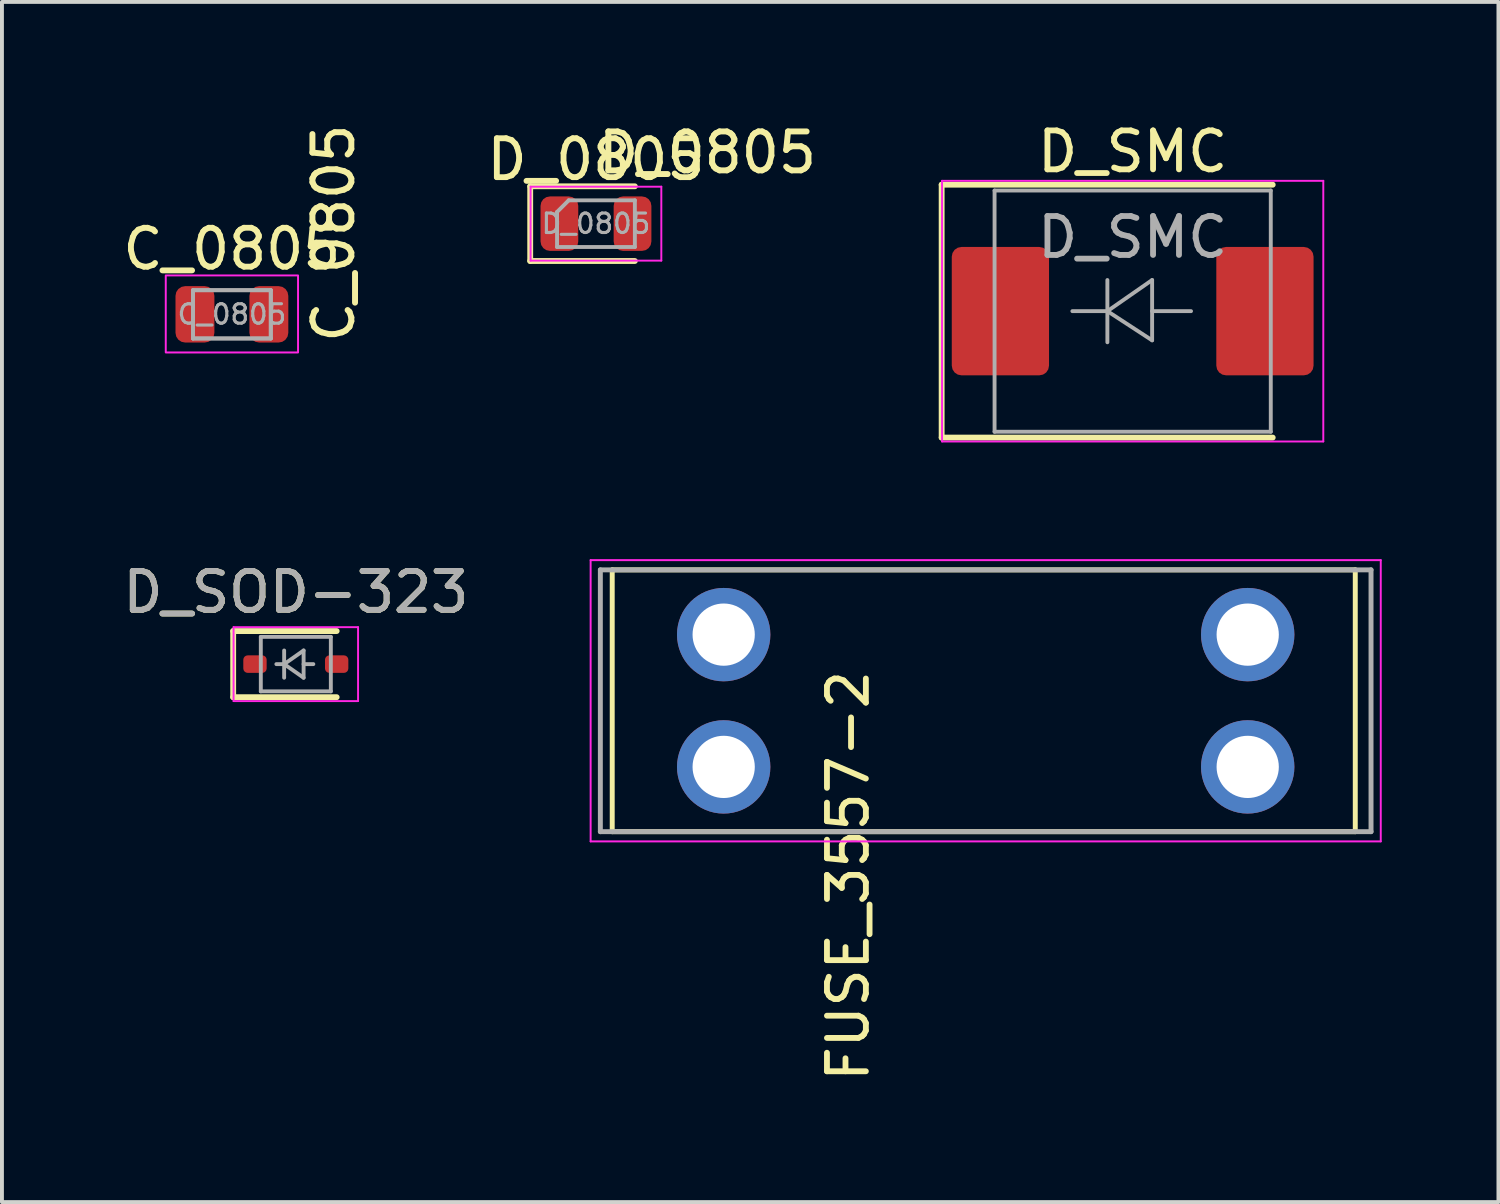
<source format=kicad_pcb>
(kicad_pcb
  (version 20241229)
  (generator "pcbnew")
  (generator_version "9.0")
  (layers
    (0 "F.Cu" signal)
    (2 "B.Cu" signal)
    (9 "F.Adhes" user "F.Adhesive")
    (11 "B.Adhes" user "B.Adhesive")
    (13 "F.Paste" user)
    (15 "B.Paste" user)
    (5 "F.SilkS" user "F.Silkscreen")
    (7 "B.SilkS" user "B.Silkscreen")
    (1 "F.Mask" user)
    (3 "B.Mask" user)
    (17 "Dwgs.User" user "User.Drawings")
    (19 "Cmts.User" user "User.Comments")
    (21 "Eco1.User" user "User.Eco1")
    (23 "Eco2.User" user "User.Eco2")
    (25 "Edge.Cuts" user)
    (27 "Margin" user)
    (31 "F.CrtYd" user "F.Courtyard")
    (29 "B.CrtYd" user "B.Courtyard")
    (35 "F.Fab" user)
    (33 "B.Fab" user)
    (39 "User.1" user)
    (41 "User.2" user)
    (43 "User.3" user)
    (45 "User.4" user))
  (footprint "D_SMC"
    (layer "F.Cu")
    (at 26.065 4.948)
    (property "Reference" "D_SMC" (at 0 -4.1 0) (layer "F.SilkS") (effects (font (size 1 1) (thickness 0.15))))
    (attr smd)
    (fp_line (start -4.91 -3.25) (end 3.6 -3.25) (stroke (width 0.15) (type solid)) (layer "F.SilkS"))
    (fp_line (start -4.91 3.25) (end -4.91 -3.25) (stroke (width 0.15) (type solid)) (layer "F.SilkS"))
    (fp_line (start -4.91 3.25) (end 3.6 3.25) (stroke (width 0.15) (type solid)) (layer "F.SilkS"))
    (fp_line (start -4.9 -3.35) (end 4.9 -3.35) (stroke (width 0.05) (type solid)) (layer "F.CrtYd"))
    (fp_line (start -4.9 3.35) (end -4.9 -3.35) (stroke (width 0.05) (type solid)) (layer "F.CrtYd"))
    (fp_line (start 4.9 -3.35) (end 4.9 3.35) (stroke (width 0.05) (type solid)) (layer "F.CrtYd"))
    (fp_line (start 4.9 3.35) (end -4.9 3.35) (stroke (width 0.05) (type solid)) (layer "F.CrtYd"))
    (fp_line (start -3.55 3.1) (end -3.55 -3.1) (stroke (width 0.1) (type solid)) (layer "F.Fab"))
    (fp_line (start -0.65 -0.8) (end -0.65 0.8) (stroke (width 0.1) (type solid)) (layer "F.Fab"))
    (fp_line (start -0.65 0) (end -1.55 0) (stroke (width 0.1) (type solid)) (layer "F.Fab"))
    (fp_line (start -0.65 0) (end 0.5 -0.8) (stroke (width 0.1) (type solid)) (layer "F.Fab"))
    (fp_line (start -0.65 0) (end 0.5 0.75) (stroke (width 0.1) (type solid)) (layer "F.Fab"))
    (fp_line (start 0.5 0) (end 1.5 0) (stroke (width 0.1) (type solid)) (layer "F.Fab"))
    (fp_line (start 0.5 0.75) (end 0.5 -0.8) (stroke (width 0.1) (type solid)) (layer "F.Fab"))
    (fp_line (start 3.55 -3.1) (end -3.55 -3.1) (stroke (width 0.1) (type solid)) (layer "F.Fab"))
    (fp_line (start 3.55 -3.1) (end 3.55 3.1) (stroke (width 0.1) (type solid)) (layer "F.Fab"))
    (fp_line (start 3.55 3.1) (end -3.55 3.1) (stroke (width 0.1) (type solid)) (layer "F.Fab"))
    (fp_text user "${REFERENCE}" (at 0 -1.9 0) (layer "F.Fab") (effects (font (size 1 1) (thickness 0.15))))
    (pad "1" smd roundrect (at -3.4 0 90) (size 3.3 2.5) (layers "F.Cu" "F.Mask" "F.Paste") (roundrect_rratio 0.1))
    (pad "2" smd roundrect (at 3.4 0 90) (size 3.3 2.5) (layers "F.Cu" "F.Mask" "F.Paste") (roundrect_rratio 0.1)))
  (footprint "C_0805"
    (layer "F.Cu")
    (at 2.911 5.03)
    (property "Reference" "C_0805" (at 0 -1.68 180) (layer "F.SilkS") (effects (font (size 1 1) (thickness 0.15))))
    (attr smd)
    (fp_rect (start -1.7 -1) (end 1.7 0.98) (stroke (width 0.05) (type default)) (fill no) (layer "F.CrtYd"))
    (fp_line (start -1 -0.62) (end 1 -0.62) (stroke (width 0.1) (type solid)) (layer "F.Fab"))
    (fp_line (start -1 -0.62) (end 1 -0.62) (stroke (width 0.1) (type solid)) (layer "F.Fab"))
    (fp_line (start -1 0.62) (end -1 -0.62) (stroke (width 0.1) (type solid)) (layer "F.Fab"))
    (fp_line (start -1 0.62) (end -1 -0.62) (stroke (width 0.1) (type solid)) (layer "F.Fab"))
    (fp_line (start 1 -0.62) (end 1 0.62) (stroke (width 0.1) (type solid)) (layer "F.Fab"))
    (fp_line (start 1 -0.62) (end 1 0.62) (stroke (width 0.1) (type solid)) (layer "F.Fab"))
    (fp_line (start 1 0.62) (end -1 0.62) (stroke (width 0.1) (type solid)) (layer "F.Fab"))
    (fp_line (start 1 0.62) (end -1 0.62) (stroke (width 0.1) (type solid)) (layer "F.Fab"))
    (fp_text user "${REFERENCE}" (at 3.2 0.8 90) (unlocked yes) (layer "F.SilkS") (effects (font (size 1 1) (thickness 0.153)) (justify left bottom)))
    (fp_text user "${REFERENCE}" (at 0 0 180) (layer "F.Fab") (effects (font (size 0.5 0.5) (thickness 0.08))))
    (pad "1" smd roundrect (at -0.95 0) (size 1 1.45) (layers "F.Cu" "F.Mask" "F.Paste") (roundrect_rratio 0.25))
    (pad "2" smd roundrect (at 0.95 0) (size 1 1.45) (layers "F.Cu" "F.Mask" "F.Paste") (roundrect_rratio 0.25)))
  (footprint "D_0805"
    (layer "F.Cu")
    (at 12.269 2.699)
    (property "Reference" "D_0805" (at 0 -1.65 0) (layer "F.SilkS") (effects (font (size 1 1) (thickness 0.15))))
    (attr smd)
    (fp_line (start -1.69 -0.96) (end -1.69 0.96) (stroke (width 0.15) (type solid)) (layer "F.SilkS"))
    (fp_line (start -1.69 0.96) (end 1 0.96) (stroke (width 0.15) (type solid)) (layer "F.SilkS"))
    (fp_line (start 1 -0.96) (end -1.69 -0.96) (stroke (width 0.15) (type solid)) (layer "F.SilkS"))
    (fp_line (start -1.68 -0.95) (end 1.68 -0.95) (stroke (width 0.05) (type solid)) (layer "F.CrtYd"))
    (fp_line (start -1.68 0.95) (end -1.68 -0.95) (stroke (width 0.05) (type solid)) (layer "F.CrtYd"))
    (fp_line (start 1.68 -0.95) (end 1.68 0.95) (stroke (width 0.05) (type solid)) (layer "F.CrtYd"))
    (fp_line (start 1.68 0.95) (end -1.68 0.95) (stroke (width 0.05) (type solid)) (layer "F.CrtYd"))
    (fp_line (start -1 -0.3) (end -1 0.6) (stroke (width 0.1) (type solid)) (layer "F.Fab"))
    (fp_line (start -1 0.6) (end 1 0.6) (stroke (width 0.1) (type solid)) (layer "F.Fab"))
    (fp_line (start -0.7 -0.6) (end -1 -0.3) (stroke (width 0.1) (type solid)) (layer "F.Fab"))
    (fp_line (start 1 -0.6) (end -0.7 -0.6) (stroke (width 0.1) (type solid)) (layer "F.Fab"))
    (fp_line (start 1 0.6) (end 1 -0.6) (stroke (width 0.1) (type solid)) (layer "F.Fab"))
    (fp_text user "${REFERENCE}" (at -0.02 -1.24 0) (unlocked yes) (layer "F.SilkS") (effects (font (size 1 1) (thickness 0.153)) (justify left bottom)))
    (fp_text user "${REFERENCE}" (at 0 0 0) (layer "F.Fab") (effects (font (size 0.5 0.5) (thickness 0.08))))
    (pad "1" smd roundrect (at -0.94 0) (size 0.97 1.4) (layers "F.Cu" "F.Mask" "F.Paste") (roundrect_rratio 0.25))
    (pad "2" smd roundrect (at 0.94 0) (size 0.97 1.4) (layers "F.Cu" "F.Mask" "F.Paste") (roundrect_rratio 0.25)))
  (footprint "D_SOD-323"
    (layer "F.Cu")
    (at 4.554 14.021)
    (property "Reference" "D_SOD-323" (at 0 -1.85 0) (layer "F.SilkS") (effects (font (size 1 1) (thickness 0.15))))
    (attr smd)
    (fp_line (start -1.61 -0.85) (end -1.61 0.85) (stroke (width 0.15) (type solid)) (layer "F.SilkS"))
    (fp_line (start -1.61 -0.85) (end 1.05 -0.85) (stroke (width 0.15) (type solid)) (layer "F.SilkS"))
    (fp_line (start -1.61 0.85) (end 1.05 0.85) (stroke (width 0.15) (type solid)) (layer "F.SilkS"))
    (fp_line (start -1.6 -0.95) (end -1.6 0.95) (stroke (width 0.05) (type solid)) (layer "F.CrtYd"))
    (fp_line (start -1.6 -0.95) (end 1.6 -0.95) (stroke (width 0.05) (type solid)) (layer "F.CrtYd"))
    (fp_line (start -1.6 0.95) (end 1.6 0.95) (stroke (width 0.05) (type solid)) (layer "F.CrtYd"))
    (fp_line (start 1.6 -0.95) (end 1.6 0.95) (stroke (width 0.05) (type solid)) (layer "F.CrtYd"))
    (fp_line (start -0.9 -0.7) (end 0.9 -0.7) (stroke (width 0.1) (type solid)) (layer "F.Fab"))
    (fp_line (start -0.9 0.7) (end -0.9 -0.7) (stroke (width 0.1) (type solid)) (layer "F.Fab"))
    (fp_line (start -0.3 -0.35) (end -0.3 0.35) (stroke (width 0.1) (type solid)) (layer "F.Fab"))
    (fp_line (start -0.3 0) (end -0.5 0) (stroke (width 0.1) (type solid)) (layer "F.Fab"))
    (fp_line (start -0.3 0) (end 0.2 -0.35) (stroke (width 0.1) (type solid)) (layer "F.Fab"))
    (fp_line (start 0.2 -0.35) (end 0.2 0.35) (stroke (width 0.1) (type solid)) (layer "F.Fab"))
    (fp_line (start 0.2 0) (end 0.45 0) (stroke (width 0.1) (type solid)) (layer "F.Fab"))
    (fp_line (start 0.2 0.35) (end -0.3 0) (stroke (width 0.1) (type solid)) (layer "F.Fab"))
    (fp_line (start 0.9 -0.7) (end 0.9 0.7) (stroke (width 0.1) (type solid)) (layer "F.Fab"))
    (fp_line (start 0.9 0.7) (end -0.9 0.7) (stroke (width 0.1) (type solid)) (layer "F.Fab"))
    (fp_text user "${REFERENCE}" (at 0 -1.85 0) (layer "F.Fab") (effects (font (size 1 1) (thickness 0.15))))
    (pad "1" smd roundrect (at -1.05 0) (size 0.6 0.45) (layers "F.Cu" "F.Mask" "F.Paste") (roundrect_rratio 0.25))
    (pad "2" smd roundrect (at 1.05 0) (size 0.6 0.45) (layers "F.Cu" "F.Mask" "F.Paste") (roundrect_rratio 0.25)))
  (footprint "FUSE_3557-2"
    (layer "F.Cu")
    (at 22.287 14.963)
    (property "Reference" "FUSE_3557-2" (at -3.535 4.5 90) (layer "F.SilkS") (effects (font (size 1 1) (thickness 0.15))))
    (attr through_hole exclude_from_pos_files)
    (fp_line (start -9.6 -3.365) (end -9.6 3.365) (stroke (width 0.127) (type solid)) (layer "F.SilkS"))
    (fp_line (start -9.6 3.365) (end 9.5 3.365) (stroke (width 0.127) (type solid)) (layer "F.SilkS"))
    (fp_line (start 9.5 -3.365) (end -9.6 -3.365) (stroke (width 0.127) (type solid)) (layer "F.SilkS"))
    (fp_line (start 9.5 3.365) (end 9.5 -3.365) (stroke (width 0.127) (type solid)) (layer "F.SilkS"))
    (fp_line (start -10.155 -3.615) (end 10.155 -3.615) (stroke (width 0.05) (type solid)) (layer "F.CrtYd"))
    (fp_line (start -10.155 3.615) (end -10.155 -3.615) (stroke (width 0.05) (type solid)) (layer "F.CrtYd"))
    (fp_line (start 10.155 -3.615) (end 10.155 3.615) (stroke (width 0.05) (type solid)) (layer "F.CrtYd"))
    (fp_line (start 10.155 3.615) (end -10.155 3.615) (stroke (width 0.05) (type solid)) (layer "F.CrtYd"))
    (fp_line (start -9.905 -3.365) (end -9.905 3.365) (stroke (width 0.127) (type solid)) (layer "F.Fab"))
    (fp_line (start -9.905 3.365) (end 9.905 3.365) (stroke (width 0.127) (type solid)) (layer "F.Fab"))
    (fp_line (start 9.905 -3.365) (end -9.905 -3.365) (stroke (width 0.127) (type solid)) (layer "F.Fab"))
    (fp_line (start 9.905 3.365) (end 9.905 -3.365) (stroke (width 0.127) (type solid)) (layer "F.Fab"))
    (pad "1_1" thru_hole circle (at -6.735 -1.7) (size 2.4 2.4) (drill 1.6) (layers "*.Cu" "*.Mask"))
    (pad "1_1" thru_hole circle (at -6.735 1.7) (size 2.4 2.4) (drill 1.6) (layers "*.Cu" "*.Mask"))
    (pad "2_1" thru_hole circle (at 6.735 -1.7) (size 2.4 2.4) (drill 1.6) (layers "*.Cu" "*.Mask"))
    (pad "2_1" thru_hole circle (at 6.735 1.7) (size 2.4 2.4) (drill 1.6) (layers "*.Cu" "*.Mask")))
  (gr_rect
    (start -3 -3)
    (end 35.467 27.85)
    (stroke (width 0.1) (type default))
    (fill no)
    (layer "Edge.Cuts")))
</source>
